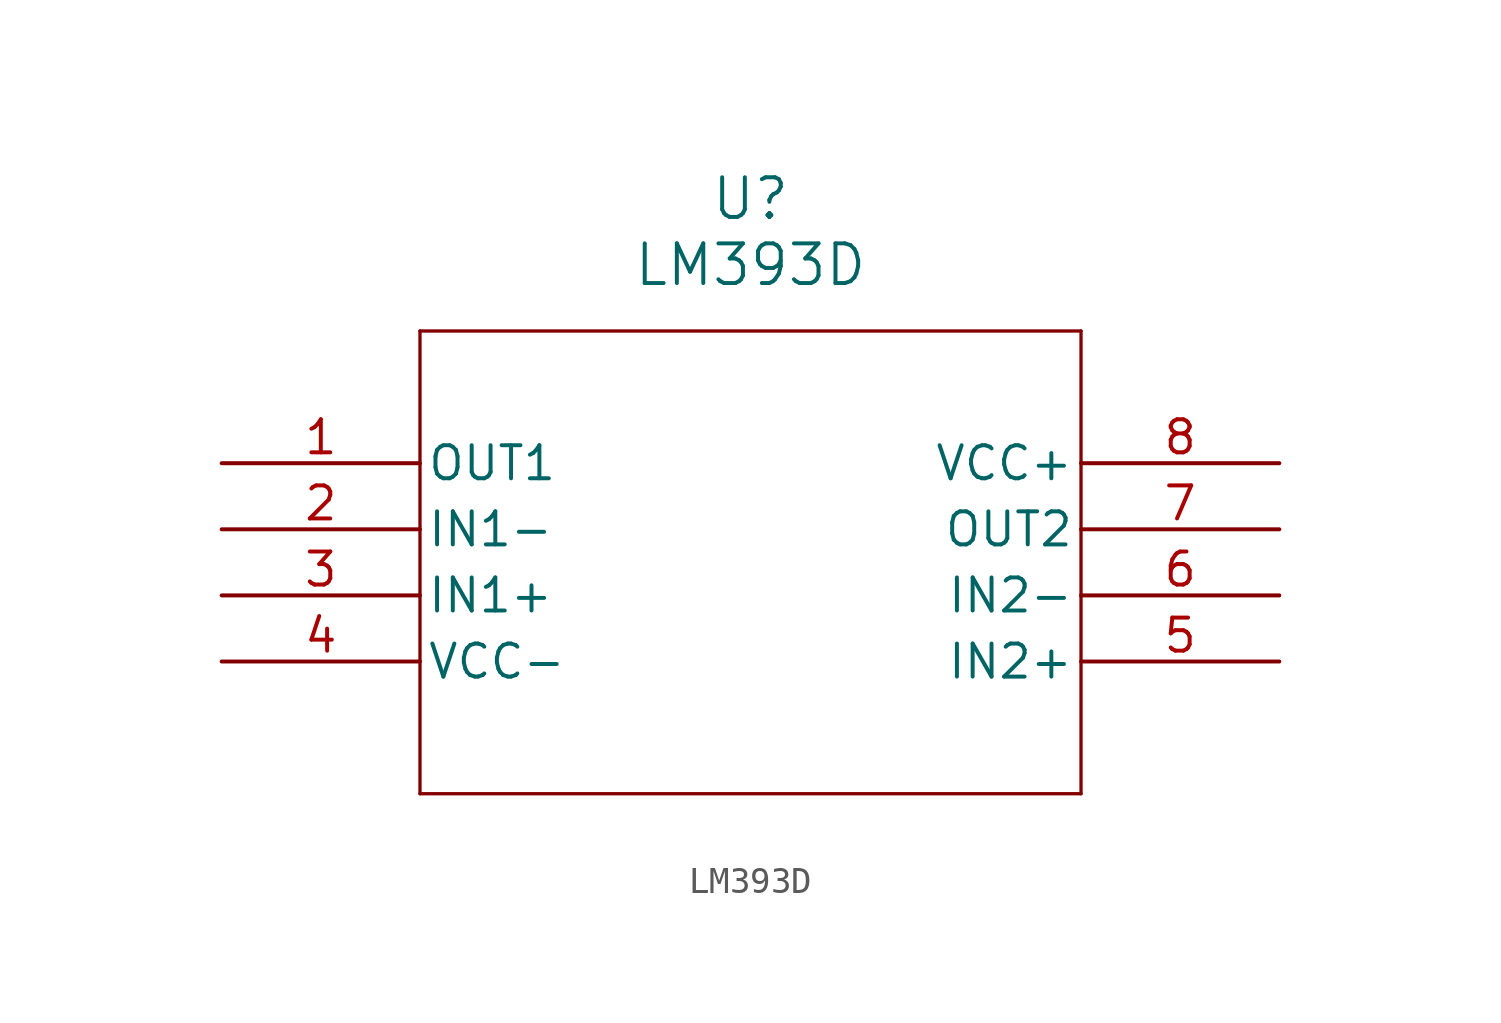
<source format=kicad_sym>
(kicad_symbol_lib
  (version 20211014)
  (generator kicad_symbol_editor)
  (symbol "LM393D"
    (pin_names
      (offset 0.254))
    (property "Reference" "U"
      (at 20.32 10.16 0)
      (effects (font (size 1.524 1.524))))
    (property "Value" "LM393D"
      (at 20.32 7.62 0)
      (effects (font (size 1.524 1.524))))
    (symbol "LM393D_0_1"
      (polyline (pts (xy 7.62 5.08) (xy 7.62 -12.7)) (stroke (width 0.127) (type default) (color 0 0 0 0)) (fill (type none)))
      (polyline (pts (xy 7.62 -12.7) (xy 33.02 -12.7)) (stroke (width 0.127) (type default) (color 0 0 0 0)) (fill (type none)))
      (polyline (pts (xy 33.02 -12.7) (xy 33.02 5.08)) (stroke (width 0.127) (type default) (color 0 0 0 0)) (fill (type none)))
      (polyline (pts (xy 33.02 5.08) (xy 7.62 5.08)) (stroke (width 0.127) (type default) (color 0 0 0 0)) (fill (type none)))
      (pin output line (at 0 0 0) (length 7.62) (name "OUT1" (effects (font (size 1.27 1.27)))) (number "1" (effects (font (size 1.27 1.27)))))
      (pin input line (at 0 -2.54 0) (length 7.62) (name "IN1-" (effects (font (size 1.27 1.27)))) (number "2" (effects (font (size 1.27 1.27)))))
      (pin input line (at 0 -5.08 0) (length 7.62) (name "IN1+" (effects (font (size 1.27 1.27)))) (number "3" (effects (font (size 1.27 1.27)))))
      (pin power_in line (at 0 -7.62 0) (length 7.62) (name "VCC-" (effects (font (size 1.27 1.27)))) (number "4" (effects (font (size 1.27 1.27)))))
      (pin input line (at 40.64 -7.62 180) (length 7.62) (name "IN2+" (effects (font (size 1.27 1.27)))) (number "5" (effects (font (size 1.27 1.27)))))
      (pin input line (at 40.64 -5.08 180) (length 7.62) (name "IN2-" (effects (font (size 1.27 1.27)))) (number "6" (effects (font (size 1.27 1.27)))))
      (pin output line (at 40.64 -2.54 180) (length 7.62) (name "OUT2" (effects (font (size 1.27 1.27)))) (number "7" (effects (font (size 1.27 1.27)))))
      (pin power_in line (at 40.64 0 180) (length 7.62) (name "VCC+" (effects (font (size 1.27 1.27)))) (number "8" (effects (font (size 1.27 1.27))))))))
</source>
